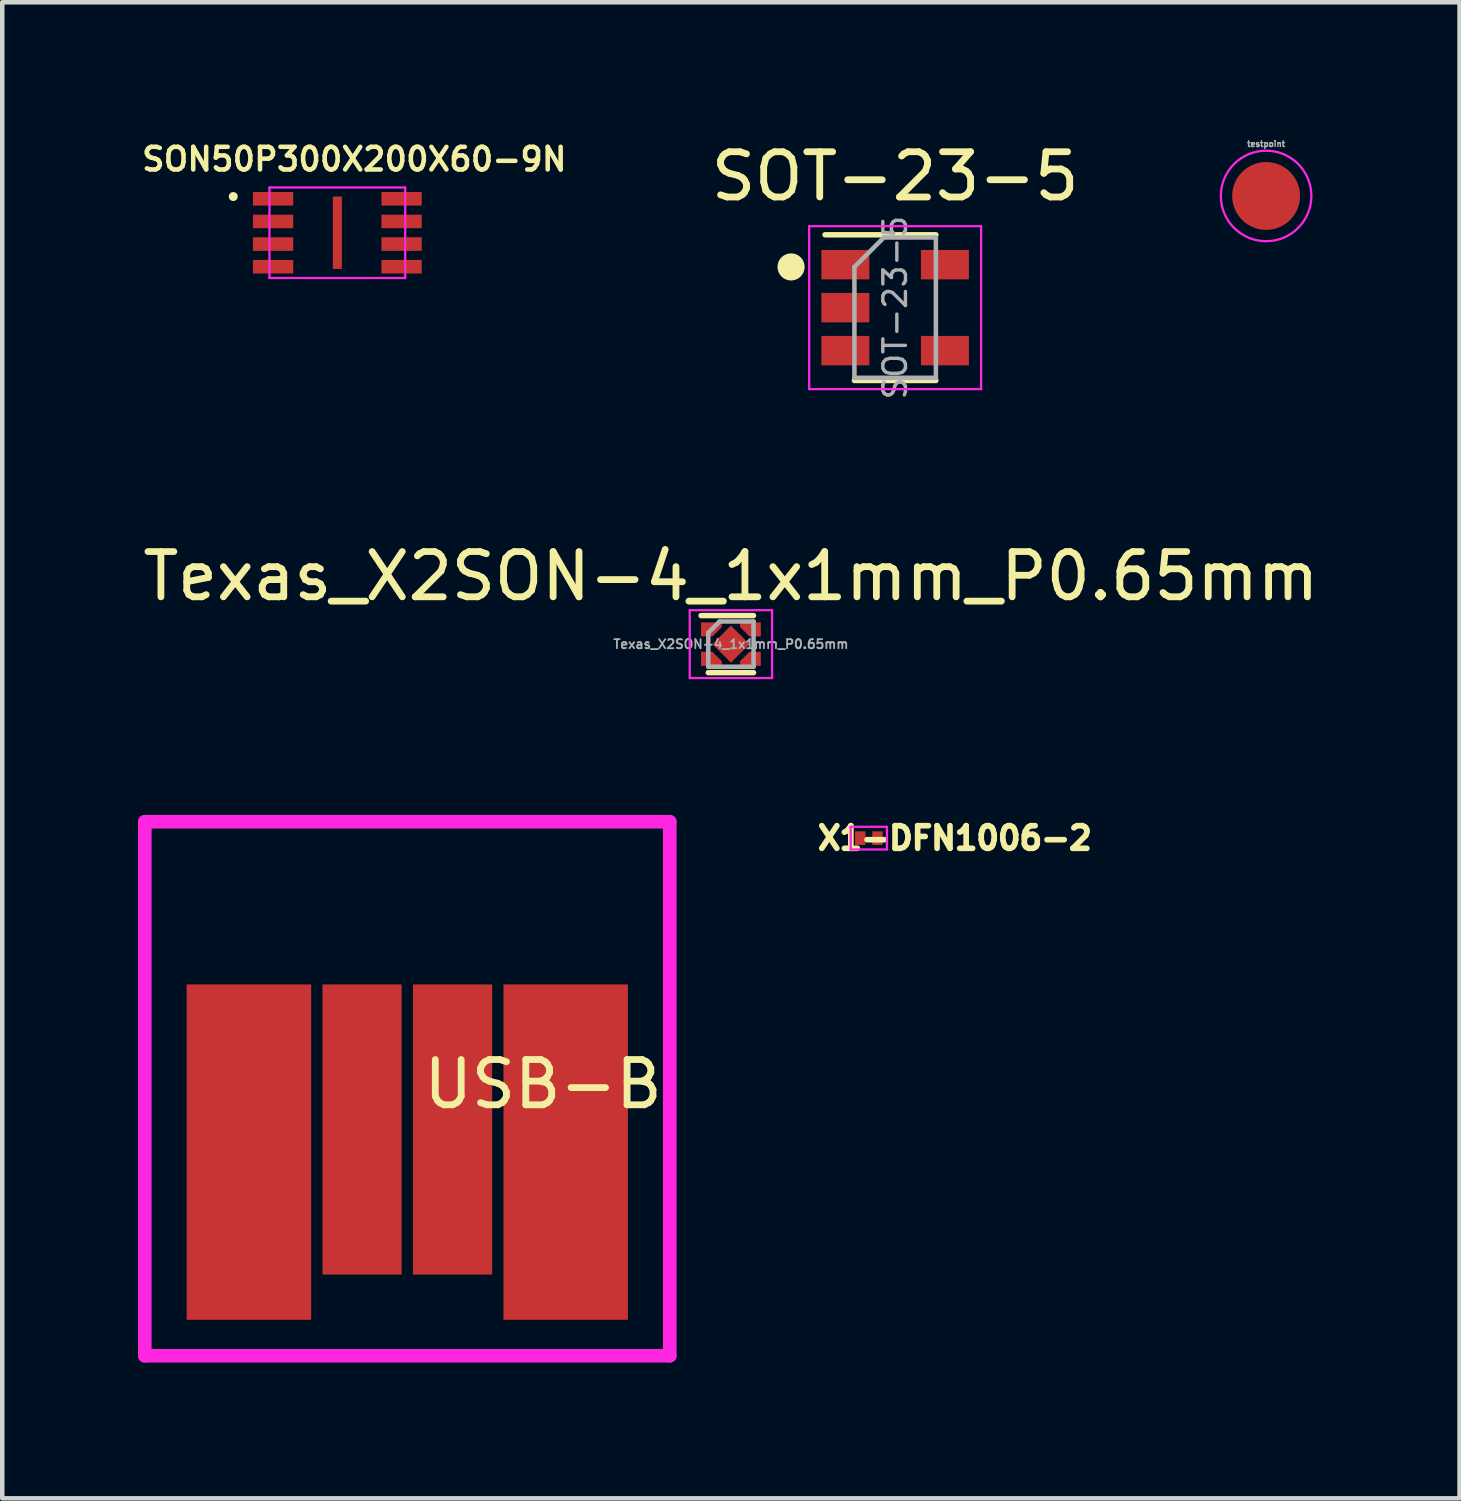
<source format=kicad_pcb>
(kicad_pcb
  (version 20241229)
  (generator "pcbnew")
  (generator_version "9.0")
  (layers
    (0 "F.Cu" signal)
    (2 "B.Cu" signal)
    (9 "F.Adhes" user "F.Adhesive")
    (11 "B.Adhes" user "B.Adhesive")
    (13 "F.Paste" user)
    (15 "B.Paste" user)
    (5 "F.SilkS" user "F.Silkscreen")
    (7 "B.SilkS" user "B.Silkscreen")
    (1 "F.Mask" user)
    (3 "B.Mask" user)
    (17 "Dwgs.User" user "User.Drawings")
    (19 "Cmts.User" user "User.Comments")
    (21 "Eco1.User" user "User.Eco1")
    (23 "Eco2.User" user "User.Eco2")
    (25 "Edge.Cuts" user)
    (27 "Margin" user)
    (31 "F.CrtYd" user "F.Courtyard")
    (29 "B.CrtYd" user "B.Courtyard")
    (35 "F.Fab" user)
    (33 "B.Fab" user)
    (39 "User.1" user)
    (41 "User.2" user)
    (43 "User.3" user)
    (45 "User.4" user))
  (footprint "X1-DFN1006-2"
    (layer "F.Cu")
    (at 16.149 15.47)
    (property "Reference" "X1-DFN1006-2" (at 1.9 0 0) (layer "F.SilkS") (effects (font (size 0.5 0.5) (thickness 0.125))))
    (attr smd)
    (fp_line (start -0.4 -0.25) (end 0.4 -0.25) (stroke (width 0.05) (type solid)) (layer "F.CrtYd"))
    (fp_line (start -0.4 0.25) (end -0.4 -0.25) (stroke (width 0.05) (type solid)) (layer "F.CrtYd"))
    (fp_line (start 0.4 -0.25) (end 0.4 0.25) (stroke (width 0.05) (type solid)) (layer "F.CrtYd"))
    (fp_line (start 0.4 0.25) (end -0.4 0.25) (stroke (width 0.05) (type solid)) (layer "F.CrtYd"))
    (pad "1" smd rect (at -0.19 0) (size 0.23 0.3) (layers "F.Cu" "F.Mask" "F.Paste"))
    (pad "2" smd rect (at 0.19 0) (size 0.23 0.3) (layers "F.Cu" "F.Mask" "F.Paste")))
  (footprint "SON50P300X200X60-9N"
    (layer "F.Cu")
    (at 4.404 2.093)
    (property "Reference" "SON50P300X200X60-9N" (at 0.375 -1.625 0) (layer "F.SilkS") (effects (font (size 0.5 0.5) (thickness 0.1))))
    (attr smd)
    (fp_circle (center -2.3 -0.8) (end -2.25 -0.8) (stroke (width 0.1) (type solid)) (fill no) (layer "F.SilkS"))
    (fp_line (start -2.25 -1.25) (end 2.25 -1.25) (stroke (width 0.05) (type solid)) (layer "Eco1.User"))
    (fp_line (start -2.25 1.25) (end -2.25 -1.25) (stroke (width 0.05) (type solid)) (layer "Eco1.User"))
    (fp_line (start 2.25 -1.25) (end 2.25 1.25) (stroke (width 0.05) (type solid)) (layer "Eco1.User"))
    (fp_line (start 2.25 1.25) (end -2.25 1.25) (stroke (width 0.05) (type solid)) (layer "Eco1.User"))
    (fp_line (start -1.5 -1) (end 1.5 -1) (stroke (width 0.05) (type solid)) (layer "F.CrtYd"))
    (fp_line (start -1.5 1) (end -1.5 -1) (stroke (width 0.05) (type solid)) (layer "F.CrtYd"))
    (fp_line (start 1.5 -1) (end 1.5 1) (stroke (width 0.05) (type solid)) (layer "F.CrtYd"))
    (fp_line (start 1.5 1) (end -1.5 1) (stroke (width 0.05) (type solid)) (layer "F.CrtYd"))
    (pad "1" smd rect (at -1.42 -0.75) (size 0.89 0.3) (layers "F.Cu" "F.Mask" "F.Paste"))
    (pad "2" smd rect (at -1.42 -0.25) (size 0.89 0.3) (layers "F.Cu" "F.Mask" "F.Paste"))
    (pad "3" smd rect (at -1.42 0.25) (size 0.89 0.3) (layers "F.Cu" "F.Mask" "F.Paste"))
    (pad "4" smd rect (at -1.42 0.75) (size 0.89 0.3) (layers "F.Cu" "F.Mask" "F.Paste"))
    (pad "5" smd rect (at 1.42 0.75 180) (size 0.89 0.3) (layers "F.Cu" "F.Mask" "F.Paste"))
    (pad "6" smd rect (at 1.42 0.25 180) (size 0.89 0.3) (layers "F.Cu" "F.Mask" "F.Paste"))
    (pad "7" smd rect (at 1.42 -0.25 180) (size 0.89 0.3) (layers "F.Cu" "F.Mask" "F.Paste"))
    (pad "8" smd rect (at 1.42 -0.75 180) (size 0.89 0.3) (layers "F.Cu" "F.Mask" "F.Paste"))
    (pad "9" smd rect (at 0 0) (size 0.2 1.6) (layers "F.Cu" "F.Mask" "F.Paste")))
  (footprint "USB-B"
    (layer "F.Cu")
    (at 5.95 18.908)
    (property "Reference" "USB-B" (at 3 2 0) (layer "F.SilkS") (effects (font (size 1 1) (thickness 0.15))))
    (attr through_hole)
    (fp_line (start -5.8 -3.8) (end -5.8 8) (stroke (width 0.3) (type solid)) (layer "F.CrtYd"))
    (fp_line (start -5.8 8) (end 5.8 8) (stroke (width 0.3) (type solid)) (layer "F.CrtYd"))
    (fp_line (start 5.8 -3.8) (end -5.8 -3.8) (stroke (width 0.3) (type solid)) (layer "F.CrtYd"))
    (fp_line (start 5.8 8) (end 5.8 -3.8) (stroke (width 0.3) (type solid)) (layer "F.CrtYd"))
    (pad "1" smd rect (at -3.5 3.5 180) (size 2.75 7.41) (layers "F.Cu" "F.Mask"))
    (pad "2" smd rect (at -1 3 180) (size 1.75 6.41) (layers "F.Cu" "F.Mask"))
    (pad "3" smd rect (at 1 3 180) (size 1.75 6.41) (layers "F.Cu" "F.Mask"))
    (pad "4" smd rect (at 3.5 3.5 180) (size 2.75 7.41) (layers "F.Cu" "F.Mask")))
  (footprint "testpoint"
    (layer "F.Cu")
    (at 24.927 1.28)
    (property "Reference" "testpoint" (at 0 -1.15 0) (layer "F.Fab") (effects (font (size 0.127 0.127) (thickness 0.032))))
    (attr exclude_from_pos_files exclude_from_bom)
    (fp_circle (center 0 0) (end 1 0) (stroke (width 0.05) (type solid)) (fill no) (layer "F.CrtYd"))
    (pad "1" smd circle (at 0 0) (size 1.5 1.5) (layers "F.Cu" "F.Mask")))
  (footprint "Texas_X2SON-4_1x1mm_P0.65mm"
    (layer "F.Cu")
    (at 13.101 11.183)
    (property "Reference" "Texas_X2SON-4_1x1mm_P0.65mm" (at 0 -1.5 0) (layer "F.SilkS") (effects (font (size 1 1) (thickness 0.15))))
    (attr smd)
    (fp_line (start -0.66 -0.63) (end 0.5 -0.63) (stroke (width 0.12) (type solid)) (layer "F.SilkS"))
    (fp_line (start -0.5 0.63) (end 0.5 0.63) (stroke (width 0.12) (type solid)) (layer "F.SilkS"))
    (fp_line (start -0.91 -0.75) (end 0.91 -0.75) (stroke (width 0.05) (type solid)) (layer "F.CrtYd"))
    (fp_line (start -0.91 0.75) (end -0.91 -0.75) (stroke (width 0.05) (type solid)) (layer "F.CrtYd"))
    (fp_line (start 0.91 -0.75) (end 0.91 0.75) (stroke (width 0.05) (type solid)) (layer "F.CrtYd"))
    (fp_line (start 0.91 0.75) (end -0.91 0.75) (stroke (width 0.05) (type solid)) (layer "F.CrtYd"))
    (fp_line (start -0.5 -0.25) (end -0.25 -0.5) (stroke (width 0.1) (type solid)) (layer "F.Fab"))
    (fp_line (start -0.5 0.5) (end -0.5 -0.25) (stroke (width 0.1) (type solid)) (layer "F.Fab"))
    (fp_line (start -0.25 -0.5) (end 0.5 -0.5) (stroke (width 0.1) (type solid)) (layer "F.Fab"))
    (fp_line (start 0.5 -0.5) (end 0.5 0.5) (stroke (width 0.1) (type solid)) (layer "F.Fab"))
    (fp_line (start 0.5 0.5) (end -0.5 0.5) (stroke (width 0.1) (type solid)) (layer "F.Fab"))
    (fp_text user "${REFERENCE}" (at 0 0 0) (layer "F.Fab") (effects (font (size 0.2 0.2) (thickness 0.04))))
    (pad "" smd custom (at -0.43 -0.325) (size 0.148 0.148) (layers "F.Mask") (options (anchor circle)) (primitives (gr_poly (pts (xy 0.18 -0.105) (xy 0.18 -0.075) (xy 0 0.105) (xy 0.18 -0.075) (xy 0 0.105) (xy -0.18 0.105) (xy -0.18 -0.105)) (width 0) (fill yes))))
    (pad "" smd custom (at -0.43 -0.325) (size 0.148 0.148) (layers "F.Paste") (options (anchor circle)) (primitives (gr_poly (pts (xy 0 0.105) (xy 0.18 -0.075) (xy 0.18 -0.105) (xy -0.22 -0.105) (xy -0.22 0.105)) (width 0) (fill yes))))
    (pad "" smd custom (at -0.43 0.325) (size 0.148 0.148) (layers "F.Mask") (options (anchor circle)) (primitives (gr_poly (pts (xy 0.18 0.105) (xy 0.18 0.075) (xy 0 -0.105) (xy 0.18 0.075) (xy 0 -0.105) (xy -0.18 -0.105) (xy -0.18 0.105)) (width 0) (fill yes))))
    (pad "" smd custom (at -0.43 0.325) (size 0.148 0.148) (layers "F.Paste") (options (anchor circle)) (primitives (gr_poly (pts (xy 0.18 0.075) (xy 0.18 0.105) (xy -0.22 0.105) (xy -0.22 -0.105) (xy 0 -0.105)) (width 0) (fill yes))))
    (pad "" smd custom (at 0.43 -0.325) (size 0.148 0.148) (layers "F.Mask") (options (anchor circle)) (primitives (gr_poly (pts (xy -0.18 -0.105) (xy -0.18 -0.075) (xy 0 0.105) (xy -0.18 -0.075) (xy 0 0.105) (xy 0.18 0.105) (xy 0.18 -0.105)) (width 0) (fill yes))))
    (pad "" smd custom (at 0.43 -0.325) (size 0.148 0.148) (layers "F.Paste") (options (anchor circle)) (primitives (gr_poly (pts (xy 0.22 -0.105) (xy 0.22 0.105) (xy 0 0.105) (xy -0.18 -0.075) (xy -0.18 -0.105)) (width 0) (fill yes))))
    (pad "" smd custom (at 0.43 0.325) (size 0.148 0.148) (layers "F.Mask") (options (anchor circle)) (primitives (gr_poly (pts (xy -0.18 0.105) (xy -0.18 0.075) (xy 0 -0.105) (xy -0.18 0.075) (xy 0 -0.105) (xy 0.18 -0.105) (xy 0.18 0.105)) (width 0) (fill yes))))
    (pad "" smd custom (at 0.43 0.325) (size 0.148 0.148) (layers "F.Paste") (options (anchor circle)) (primitives (gr_poly (pts (xy 0 -0.105) (xy -0.18 0.075) (xy -0.18 0.105) (xy 0.22 0.105) (xy 0.22 -0.105)) (width 0) (fill yes))))
    (pad "1" smd custom (at -0.43 -0.325) (size 0.148 0.148) (layers "F.Cu") (options (anchor circle)) (primitives (gr_poly (pts (xy 0.23 -0.155) (xy -0.23 -0.155) (xy -0.23 0.155) (xy 0.021 0.155) (xy 0.23 -0.054)) (width 0) (fill yes))))
    (pad "2" smd custom (at -0.43 0.325) (size 0.148 0.148) (layers "F.Cu") (options (anchor circle)) (primitives (gr_poly (pts (xy 0.23 0.054) (xy 0.23 0.155) (xy -0.23 0.155) (xy -0.23 -0.155) (xy 0.021 -0.155)) (width 0) (fill yes))))
    (pad "3" smd custom (at 0.43 0.325) (size 0.148 0.148) (layers "F.Cu") (options (anchor circle)) (primitives (gr_poly (pts (xy 0.23 0.155) (xy 0.23 -0.155) (xy -0.021 -0.155) (xy -0.23 0.054) (xy -0.23 0.155)) (width 0) (fill yes))))
    (pad "4" smd custom (at 0.43 -0.325) (size 0.148 0.148) (layers "F.Cu") (options (anchor circle)) (primitives (gr_poly (pts (xy -0.23 -0.155) (xy 0.23 -0.155) (xy 0.23 0.155) (xy -0.021 0.155) (xy -0.23 -0.054)) (width 0) (fill yes))))
    (pad "5" smd rect (at 0 0 45) (size 0.58 0.58) (layers "F.Cu" "F.Mask" "F.Paste")))
  (footprint "SOT-23-5"
    (layer "F.Cu")
    (at 16.73 3.748)
    (property "Reference" "SOT-23-5" (at 0 -2.9 0) (layer "F.SilkS") (effects (font (size 1 1) (thickness 0.15))))
    (attr smd)
    (fp_line (start -0.9 1.61) (end 0.9 1.61) (stroke (width 0.12) (type solid)) (layer "F.SilkS"))
    (fp_line (start 0.9 -1.61) (end -1.55 -1.61) (stroke (width 0.12) (type solid)) (layer "F.SilkS"))
    (fp_line (start -1.9 -1.8) (end 1.9 -1.8) (stroke (width 0.05) (type solid)) (layer "F.CrtYd"))
    (fp_line (start -1.9 1.8) (end -1.9 -1.8) (stroke (width 0.05) (type solid)) (layer "F.CrtYd"))
    (fp_line (start 1.9 -1.8) (end 1.9 1.8) (stroke (width 0.05) (type solid)) (layer "F.CrtYd"))
    (fp_line (start 1.9 1.8) (end -1.9 1.8) (stroke (width 0.05) (type solid)) (layer "F.CrtYd"))
    (fp_line (start -0.9 -0.9) (end -0.9 1.55) (stroke (width 0.1) (type solid)) (layer "F.Fab"))
    (fp_line (start -0.9 -0.9) (end -0.25 -1.55) (stroke (width 0.1) (type solid)) (layer "F.Fab"))
    (fp_line (start 0.9 -1.55) (end -0.25 -1.55) (stroke (width 0.1) (type solid)) (layer "F.Fab"))
    (fp_line (start 0.9 -1.55) (end 0.9 1.55) (stroke (width 0.1) (type solid)) (layer "F.Fab"))
    (fp_line (start 0.9 1.55) (end -0.9 1.55) (stroke (width 0.1) (type solid)) (layer "F.Fab"))
    (fp_text user "${REFERENCE}" (at 0 0 90) (layer "F.Fab") (effects (font (size 0.5 0.5) (thickness 0.075))))
    (pad "" smd circle (at -2.3 -0.9 180) (size 0.6 0.6) (layers "F.SilkS"))
    (pad "1" smd rect (at -1.1 -0.95) (size 1.06 0.65) (layers "F.Cu" "F.Mask" "F.Paste"))
    (pad "2" smd rect (at -1.1 0) (size 1.06 0.65) (layers "F.Cu" "F.Mask" "F.Paste"))
    (pad "3" smd rect (at -1.1 0.95) (size 1.06 0.65) (layers "F.Cu" "F.Mask" "F.Paste"))
    (pad "4" smd rect (at 1.1 0.95) (size 1.06 0.65) (layers "F.Cu" "F.Mask" "F.Paste"))
    (pad "5" smd rect (at 1.1 -0.95) (size 1.06 0.65) (layers "F.Cu" "F.Mask" "F.Paste")))
  (gr_rect
    (start -3 -3)
    (end 29.202 30.058)
    (stroke (width 0.1) (type default))
    (fill no)
    (layer "Edge.Cuts")))
</source>
